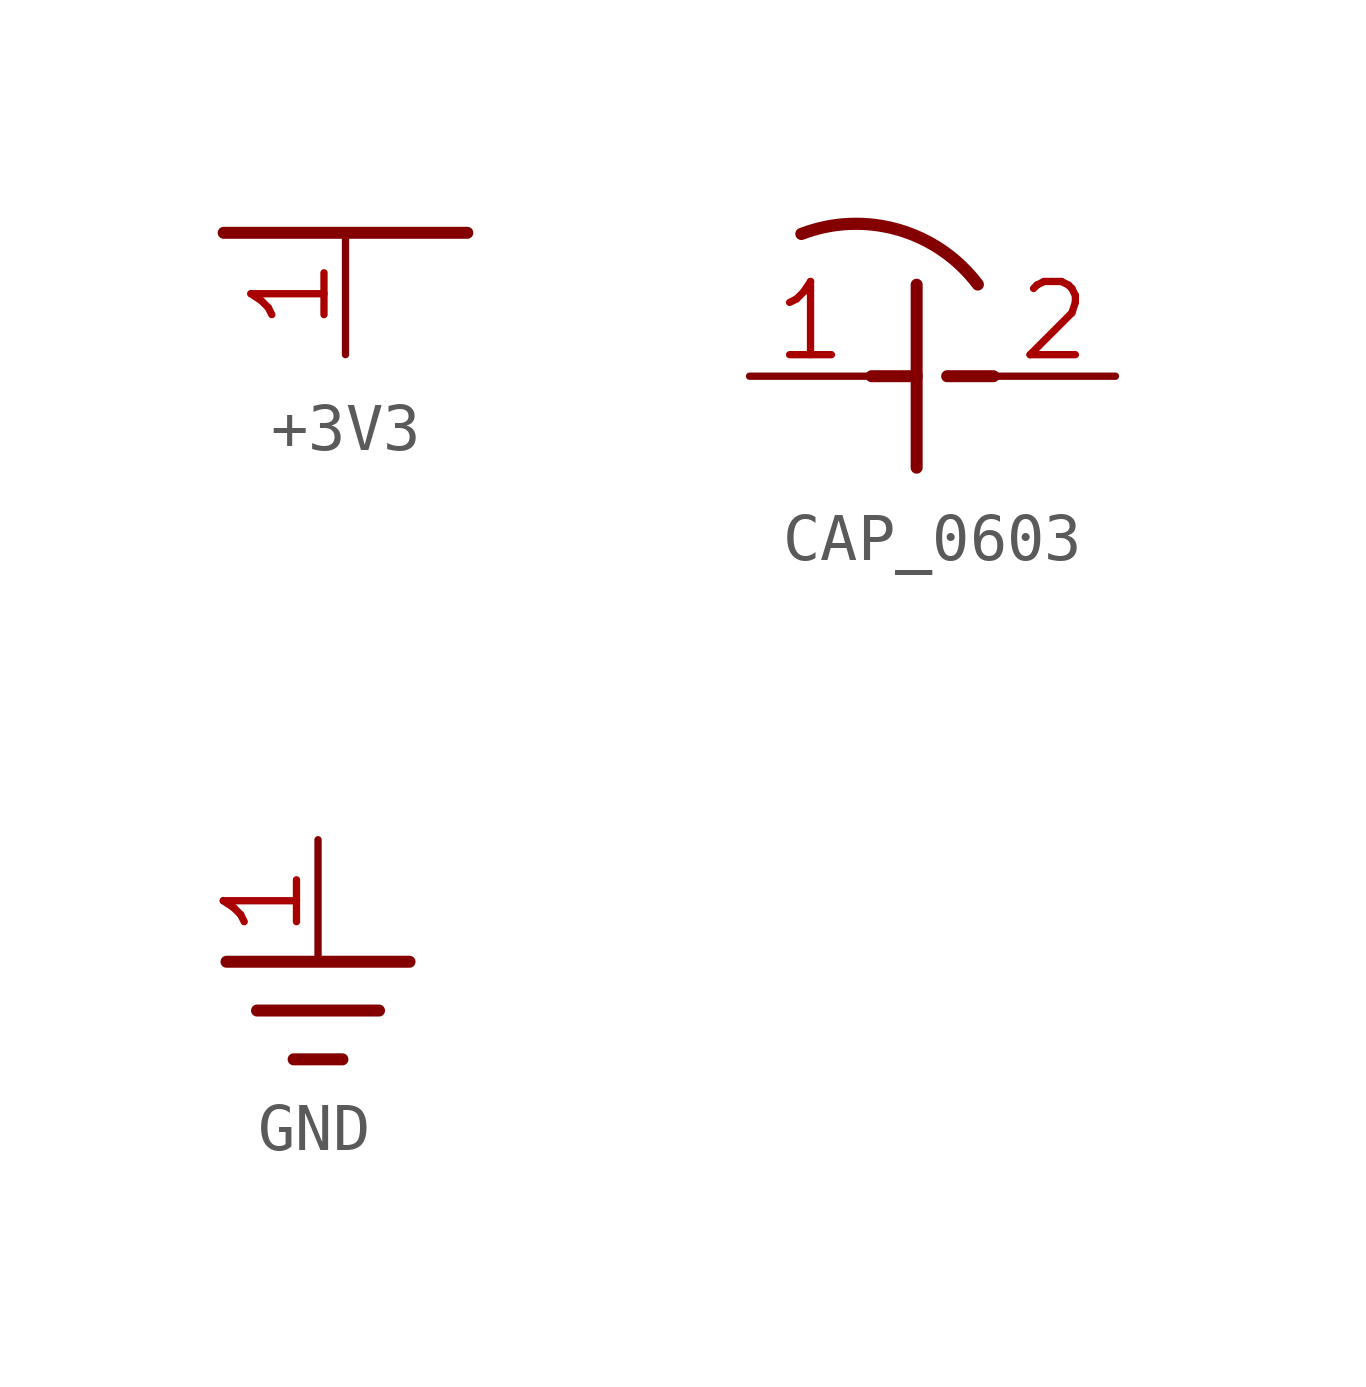
<source format=kicad_sym>
(kicad_symbol_lib
  (version 20241209)
  (generator "kicad_symbol_editor")
  (generator_version "9.0")
  (symbol "+3V3"
    (power)
    (property "Reference" "#NetPort"
      (at 0 0 0)
      (effects (font (size 1.27 1.27)) (hide yes)))
    (property "ki_locked" ""
      (at 0 0 0)
      (effects (font (size 1.27 1.27))))
    (symbol "+3V3_1_0"
      (polyline (pts (xy -2.54 0) (xy 2.54 0)) (stroke (width 0.25) (type solid)) (fill (type none)))
      (pin power_in line (at 0 -2.54 90) (length 2.54) (name "+3V3" (effects (font (size 0 0)))) (number "1" (effects (font (size 1.524 1.524)))))))
  (symbol "CAP_0603"
    (property "Reference" "C"
      (at 0 0 0)
      (effects (font (size 1.27 1.27)) (hide yes)))
    (property "ki_locked" ""
      (at 0 0 0)
      (effects (font (size 1.27 1.27))))
    (symbol "CAP_0603_1_0"
      (arc (start -2.7303 2.963) (mid -0.7171 3.0519) (end 0.944 1.911) (stroke (width 0.254) (type solid)) (fill (type none)))
      (polyline (pts (xy -1.27 0) (xy -0.33 0)) (stroke (width 0.25) (type solid)) (fill (type none)))
      (polyline (pts (xy -0.33 -1.905) (xy -0.33 1.905)) (stroke (width 0.25) (type solid)) (fill (type none)))
      (polyline (pts (xy 0.305 0) (xy 1.27 0)) (stroke (width 0.25) (type solid)) (fill (type none)))
      (pin passive line (at -3.81 0 0) (length 2.54) (name "1" (effects (font (size 0 0)))) (number "1" (effects (font (size 1.524 1.524)))))
      (pin passive line (at 3.81 0 180) (length 2.54) (name "2" (effects (font (size 0 0)))) (number "2" (effects (font (size 1.524 1.524)))))))
  (symbol "GND"
    (power)
    (property "Reference" "#NetPort"
      (at 0 0 0)
      (effects (font (size 1.27 1.27)) (hide yes)))
    (property "ki_locked" ""
      (at 0 0 0)
      (effects (font (size 1.27 1.27))))
    (symbol "GND_1_0"
      (polyline (pts (xy -1.905 1.016) (xy 1.905 1.016)) (stroke (width 0.25) (type solid)) (fill (type none)))
      (polyline (pts (xy -1.27 0) (xy 1.27 0)) (stroke (width 0.25) (type solid)) (fill (type none)))
      (polyline (pts (xy -0.508 -1.016) (xy 0.508 -1.016)) (stroke (width 0.25) (type solid)) (fill (type none)))
      (pin power_in line (at 0 3.556 270) (length 2.54) (name "GND" (effects (font (size 0 0)))) (number "1" (effects (font (size 1.524 1.524))))))))
</source>
